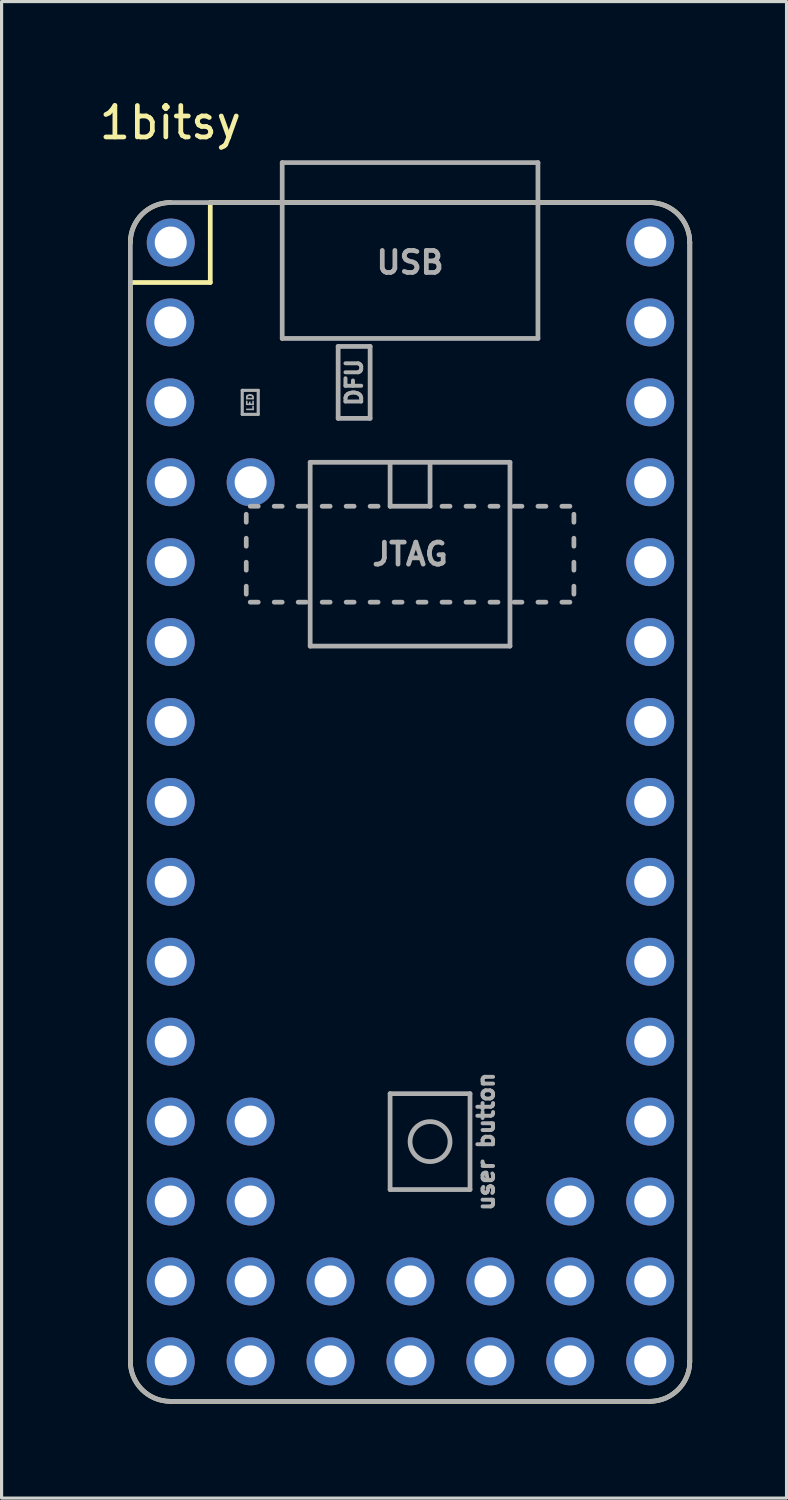
<source format=kicad_pcb>
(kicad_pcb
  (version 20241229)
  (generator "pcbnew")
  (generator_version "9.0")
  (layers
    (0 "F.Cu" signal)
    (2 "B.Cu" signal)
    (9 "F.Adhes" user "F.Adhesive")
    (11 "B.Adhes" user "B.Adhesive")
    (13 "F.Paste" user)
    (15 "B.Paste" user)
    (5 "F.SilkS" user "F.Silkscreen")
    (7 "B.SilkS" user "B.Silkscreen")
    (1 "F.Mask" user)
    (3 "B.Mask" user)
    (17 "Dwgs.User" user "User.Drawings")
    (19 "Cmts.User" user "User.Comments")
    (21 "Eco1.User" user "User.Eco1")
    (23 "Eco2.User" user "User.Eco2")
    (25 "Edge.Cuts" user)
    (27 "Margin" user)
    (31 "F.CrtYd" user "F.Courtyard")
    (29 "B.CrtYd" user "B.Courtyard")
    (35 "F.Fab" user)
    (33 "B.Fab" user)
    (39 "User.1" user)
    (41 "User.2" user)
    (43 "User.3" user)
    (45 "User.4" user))
  (footprint "1bitsy"
    (layer "F.Cu")
    (at 2.363 4.658)
    (property "Reference" "1bitsy" (at 0 -3.81 0) (layer "F.SilkS") (effects (font (size 1 1) (thickness 0.15))))
    (attr through_hole)
    (fp_line (start -1.27 1.27) (end -1.27 35.56) (stroke (width 0.15) (type solid)) (layer "F.SilkS"))
    (fp_line (start 0 36.83) (end 15.24 36.83) (stroke (width 0.15) (type solid)) (layer "F.SilkS"))
    (fp_line (start 1.27 -1.27) (end 1.27 1.27) (stroke (width 0.15) (type solid)) (layer "F.SilkS"))
    (fp_line (start 1.27 -1.27) (end 15.24 -1.27) (stroke (width 0.15) (type solid)) (layer "F.SilkS"))
    (fp_line (start 1.27 1.27) (end -1.27 1.27) (stroke (width 0.15) (type solid)) (layer "F.SilkS"))
    (fp_line (start 16.51 35.56) (end 16.51 0) (stroke (width 0.15) (type solid)) (layer "F.SilkS"))
    (fp_arc (start -1.27 0) (mid -0.898026 -0.898026) (end 0 -1.27) (stroke (width 0.15) (type solid)) (layer "F.SilkS"))
    (fp_arc (start 0 36.83) (mid -0.898026 36.458026) (end -1.27 35.56) (stroke (width 0.15) (type solid)) (layer "F.SilkS"))
    (fp_arc (start 15.24 -1.27) (mid 16.138026 -0.898026) (end 16.51 0) (stroke (width 0.15) (type solid)) (layer "F.SilkS"))
    (fp_arc (start 16.51 35.56) (mid 16.138026 36.458026) (end 15.24 36.83) (stroke (width 0.15) (type solid)) (layer "F.SilkS"))
    (fp_line (start -1.27 35.56) (end -1.27 0) (stroke (width 0.15) (type solid)) (layer "F.Fab"))
    (fp_line (start 0 -1.27) (end 15.24 -1.27) (stroke (width 0.15) (type solid)) (layer "F.Fab"))
    (fp_line (start 2.286 4.699) (end 2.794 4.699) (stroke (width 0.1) (type solid)) (layer "F.Fab"))
    (fp_line (start 2.286 5.461) (end 2.286 4.699) (stroke (width 0.1) (type solid)) (layer "F.Fab"))
    (fp_line (start 2.413 8.89) (end 2.413 8.636) (stroke (width 0.15) (type solid)) (layer "F.Fab"))
    (fp_line (start 2.413 9.652) (end 2.413 9.398) (stroke (width 0.15) (type solid)) (layer "F.Fab"))
    (fp_line (start 2.413 10.414) (end 2.413 10.16) (stroke (width 0.15) (type solid)) (layer "F.Fab"))
    (fp_line (start 2.413 11.176) (end 2.413 10.922) (stroke (width 0.15) (type solid)) (layer "F.Fab"))
    (fp_line (start 2.794 4.699) (end 2.794 5.461) (stroke (width 0.1) (type solid)) (layer "F.Fab"))
    (fp_line (start 2.794 5.461) (end 2.286 5.461) (stroke (width 0.1) (type solid)) (layer "F.Fab"))
    (fp_line (start 2.794 8.382) (end 2.54 8.382) (stroke (width 0.15) (type solid)) (layer "F.Fab"))
    (fp_line (start 2.794 11.43) (end 2.54 11.43) (stroke (width 0.15) (type solid)) (layer "F.Fab"))
    (fp_line (start 3.556 -2.54) (end 11.684 -2.54) (stroke (width 0.15) (type solid)) (layer "F.Fab"))
    (fp_line (start 3.556 -1.27) (end 3.556 -2.54) (stroke (width 0.15) (type solid)) (layer "F.Fab"))
    (fp_line (start 3.556 -1.27) (end 3.556 3.048) (stroke (width 0.15) (type solid)) (layer "F.Fab"))
    (fp_line (start 3.556 3.048) (end 11.684 3.048) (stroke (width 0.15) (type solid)) (layer "F.Fab"))
    (fp_line (start 3.556 8.382) (end 3.302 8.382) (stroke (width 0.15) (type solid)) (layer "F.Fab"))
    (fp_line (start 3.556 11.43) (end 3.302 11.43) (stroke (width 0.15) (type solid)) (layer "F.Fab"))
    (fp_line (start 4.064 8.382) (end 4.318 8.382) (stroke (width 0.15) (type solid)) (layer "F.Fab"))
    (fp_line (start 4.318 11.43) (end 4.064 11.43) (stroke (width 0.15) (type solid)) (layer "F.Fab"))
    (fp_line (start 4.445 6.985) (end 10.795 6.985) (stroke (width 0.15) (type solid)) (layer "F.Fab"))
    (fp_line (start 4.445 12.827) (end 4.445 6.985) (stroke (width 0.15) (type solid)) (layer "F.Fab"))
    (fp_line (start 4.826 8.382) (end 5.08 8.382) (stroke (width 0.15) (type solid)) (layer "F.Fab"))
    (fp_line (start 4.826 11.43) (end 5.08 11.43) (stroke (width 0.15) (type solid)) (layer "F.Fab"))
    (fp_line (start 5.334 3.302) (end 6.35 3.302) (stroke (width 0.15) (type solid)) (layer "F.Fab"))
    (fp_line (start 5.334 5.588) (end 5.334 3.302) (stroke (width 0.15) (type solid)) (layer "F.Fab"))
    (fp_line (start 5.588 8.382) (end 5.842 8.382) (stroke (width 0.15) (type solid)) (layer "F.Fab"))
    (fp_line (start 5.588 11.43) (end 5.842 11.43) (stroke (width 0.15) (type solid)) (layer "F.Fab"))
    (fp_line (start 6.35 3.302) (end 6.35 5.588) (stroke (width 0.15) (type solid)) (layer "F.Fab"))
    (fp_line (start 6.35 5.588) (end 5.334 5.588) (stroke (width 0.15) (type solid)) (layer "F.Fab"))
    (fp_line (start 6.35 8.382) (end 6.604 8.382) (stroke (width 0.15) (type solid)) (layer "F.Fab"))
    (fp_line (start 6.35 11.43) (end 6.604 11.43) (stroke (width 0.15) (type solid)) (layer "F.Fab"))
    (fp_line (start 6.985 6.985) (end 6.985 8.382) (stroke (width 0.15) (type solid)) (layer "F.Fab"))
    (fp_line (start 6.985 8.382) (end 8.255 8.382) (stroke (width 0.15) (type solid)) (layer "F.Fab"))
    (fp_line (start 6.985 27.051) (end 9.525 27.051) (stroke (width 0.15) (type solid)) (layer "F.Fab"))
    (fp_line (start 6.985 30.099) (end 6.985 27.051) (stroke (width 0.15) (type solid)) (layer "F.Fab"))
    (fp_line (start 7.112 11.43) (end 7.366 11.43) (stroke (width 0.15) (type solid)) (layer "F.Fab"))
    (fp_line (start 7.874 11.43) (end 8.128 11.43) (stroke (width 0.15) (type solid)) (layer "F.Fab"))
    (fp_line (start 8.255 8.382) (end 8.255 6.985) (stroke (width 0.15) (type solid)) (layer "F.Fab"))
    (fp_line (start 8.636 8.382) (end 8.89 8.382) (stroke (width 0.15) (type solid)) (layer "F.Fab"))
    (fp_line (start 8.636 11.43) (end 8.89 11.43) (stroke (width 0.15) (type solid)) (layer "F.Fab"))
    (fp_line (start 9.398 8.382) (end 9.652 8.382) (stroke (width 0.15) (type solid)) (layer "F.Fab"))
    (fp_line (start 9.398 11.43) (end 9.652 11.43) (stroke (width 0.15) (type solid)) (layer "F.Fab"))
    (fp_line (start 9.525 27.051) (end 9.525 30.099) (stroke (width 0.15) (type solid)) (layer "F.Fab"))
    (fp_line (start 9.525 30.099) (end 6.985 30.099) (stroke (width 0.15) (type solid)) (layer "F.Fab"))
    (fp_line (start 10.16 8.382) (end 10.414 8.382) (stroke (width 0.15) (type solid)) (layer "F.Fab"))
    (fp_line (start 10.16 11.43) (end 10.414 11.43) (stroke (width 0.15) (type solid)) (layer "F.Fab"))
    (fp_line (start 10.795 6.985) (end 10.795 12.827) (stroke (width 0.15) (type solid)) (layer "F.Fab"))
    (fp_line (start 10.795 12.827) (end 4.445 12.827) (stroke (width 0.15) (type solid)) (layer "F.Fab"))
    (fp_line (start 10.922 11.43) (end 11.176 11.43) (stroke (width 0.15) (type solid)) (layer "F.Fab"))
    (fp_line (start 11.176 8.382) (end 10.922 8.382) (stroke (width 0.15) (type solid)) (layer "F.Fab"))
    (fp_line (start 11.684 -2.54) (end 11.684 -1.27) (stroke (width 0.15) (type solid)) (layer "F.Fab"))
    (fp_line (start 11.684 3.048) (end 11.684 -1.27) (stroke (width 0.15) (type solid)) (layer "F.Fab"))
    (fp_line (start 11.684 8.382) (end 11.938 8.382) (stroke (width 0.15) (type solid)) (layer "F.Fab"))
    (fp_line (start 11.684 11.43) (end 11.938 11.43) (stroke (width 0.15) (type solid)) (layer "F.Fab"))
    (fp_line (start 12.446 8.382) (end 12.7 8.382) (stroke (width 0.15) (type solid)) (layer "F.Fab"))
    (fp_line (start 12.446 11.43) (end 12.7 11.43) (stroke (width 0.15) (type solid)) (layer "F.Fab"))
    (fp_line (start 12.827 8.89) (end 12.827 8.636) (stroke (width 0.15) (type solid)) (layer "F.Fab"))
    (fp_line (start 12.827 9.652) (end 12.827 9.398) (stroke (width 0.15) (type solid)) (layer "F.Fab"))
    (fp_line (start 12.827 10.414) (end 12.827 10.16) (stroke (width 0.15) (type solid)) (layer "F.Fab"))
    (fp_line (start 12.827 11.176) (end 12.827 10.922) (stroke (width 0.15) (type solid)) (layer "F.Fab"))
    (fp_line (start 15.24 36.83) (end 0 36.83) (stroke (width 0.15) (type solid)) (layer "F.Fab"))
    (fp_line (start 16.51 0) (end 16.51 35.56) (stroke (width 0.15) (type solid)) (layer "F.Fab"))
    (fp_arc (start -1.27 0) (mid -0.898026 -0.898026) (end 0 -1.27) (stroke (width 0.15) (type solid)) (layer "F.Fab"))
    (fp_arc (start 0 36.83) (mid -0.898026 36.458026) (end -1.27 35.56) (stroke (width 0.15) (type solid)) (layer "F.Fab"))
    (fp_arc (start 15.24 -1.27) (mid 16.138026 -0.898026) (end 16.51 0) (stroke (width 0.15) (type solid)) (layer "F.Fab"))
    (fp_arc (start 16.51 35.56) (mid 16.138026 36.458026) (end 15.24 36.83) (stroke (width 0.15) (type solid)) (layer "F.Fab"))
    (fp_circle (center 8.255 28.575) (end 8.89 28.575) (stroke (width 0.15) (type solid)) (fill no) (layer "F.Fab"))
    (fp_text user "DFU" (at 5.842 4.445 90) (layer "F.Fab") (effects (font (size 0.5 0.5) (thickness 0.125))))
    (fp_text user "user button" (at 10.033 28.575 90) (layer "F.Fab") (effects (font (size 0.5 0.5) (thickness 0.125))))
    (fp_text user "USB" (at 7.62 0.635 0) (layer "F.Fab") (effects (font (size 0.7 0.7) (thickness 0.15))))
    (fp_text user "JTAG" (at 7.62 9.906 0) (layer "F.Fab") (effects (font (size 0.7 0.7) (thickness 0.15))))
    (fp_text user "LED" (at 2.54 5.08 90) (layer "F.Fab") (effects (font (size 0.2 0.2) (thickness 0.05))))
    (pad "1" thru_hole circle (at 0.013 0 270) (size 1.524 1.524) (drill 1.016) (layers "*.Cu" "*.Mask"))
    (pad "2" thru_hole circle (at 0 2.54 270) (size 1.524 1.524) (drill 1.016) (layers "*.Cu" "*.Mask"))
    (pad "3" thru_hole circle (at 0 5.08 270) (size 1.524 1.524) (drill 1.016) (layers "*.Cu" "*.Mask"))
    (pad "4" thru_hole circle (at 0.013 7.619 270) (size 1.524 1.524) (drill 1.016) (layers "*.Cu" "*.Mask"))
    (pad "5" thru_hole circle (at 0.013 10.159 270) (size 1.524 1.524) (drill 1.016) (layers "*.Cu" "*.Mask"))
    (pad "6" thru_hole circle (at 0.013 12.699 270) (size 1.524 1.524) (drill 1.016) (layers "*.Cu" "*.Mask"))
    (pad "7" thru_hole circle (at 0.013 15.239 270) (size 1.524 1.524) (drill 1.016) (layers "*.Cu" "*.Mask"))
    (pad "8" thru_hole circle (at 0.013 17.779 270) (size 1.524 1.524) (drill 1.016) (layers "*.Cu" "*.Mask"))
    (pad "9" thru_hole circle (at 0.013 20.319 270) (size 1.524 1.524) (drill 1.016) (layers "*.Cu" "*.Mask"))
    (pad "10" thru_hole circle (at 0.013 22.859 270) (size 1.524 1.524) (drill 1.016) (layers "*.Cu" "*.Mask"))
    (pad "11" thru_hole circle (at 0.013 25.399 270) (size 1.524 1.524) (drill 1.016) (layers "*.Cu" "*.Mask"))
    (pad "12" thru_hole circle (at 0.013 27.939 270) (size 1.524 1.524) (drill 1.016) (layers "*.Cu" "*.Mask"))
    (pad "13" thru_hole circle (at 0.013 30.479 270) (size 1.524 1.524) (drill 1.016) (layers "*.Cu" "*.Mask"))
    (pad "14" thru_hole circle (at 0.013 33.019 270) (size 1.524 1.524) (drill 1.016) (layers "*.Cu" "*.Mask"))
    (pad "15" thru_hole circle (at 0.013 35.559 270) (size 1.524 1.524) (drill 1.016) (layers "*.Cu" "*.Mask"))
    (pad "16" thru_hole circle (at 15.253 35.559 270) (size 1.524 1.524) (drill 1.016) (layers "*.Cu" "*.Mask"))
    (pad "17" thru_hole circle (at 15.253 33.019 270) (size 1.524 1.524) (drill 1.016) (layers "*.Cu" "*.Mask"))
    (pad "18" thru_hole circle (at 15.253 30.479 270) (size 1.524 1.524) (drill 1.016) (layers "*.Cu" "*.Mask"))
    (pad "19" thru_hole circle (at 15.253 27.939 270) (size 1.524 1.524) (drill 1.016) (layers "*.Cu" "*.Mask"))
    (pad "20" thru_hole circle (at 15.253 25.399 270) (size 1.524 1.524) (drill 1.016) (layers "*.Cu" "*.Mask"))
    (pad "21" thru_hole circle (at 15.253 22.859 270) (size 1.524 1.524) (drill 1.016) (layers "*.Cu" "*.Mask"))
    (pad "22" thru_hole circle (at 15.253 20.319 270) (size 1.524 1.524) (drill 1.016) (layers "*.Cu" "*.Mask"))
    (pad "23" thru_hole circle (at 15.253 17.779 270) (size 1.524 1.524) (drill 1.016) (layers "*.Cu" "*.Mask"))
    (pad "24" thru_hole circle (at 15.253 15.239 270) (size 1.524 1.524) (drill 1.016) (layers "*.Cu" "*.Mask"))
    (pad "25" thru_hole circle (at 15.253 12.699 270) (size 1.524 1.524) (drill 1.016) (layers "*.Cu" "*.Mask"))
    (pad "26" thru_hole circle (at 15.253 10.159 270) (size 1.524 1.524) (drill 1.016) (layers "*.Cu" "*.Mask"))
    (pad "27" thru_hole circle (at 15.253 7.619 270) (size 1.524 1.524) (drill 1.016) (layers "*.Cu" "*.Mask"))
    (pad "28" thru_hole circle (at 15.253 5.079 270) (size 1.524 1.524) (drill 1.016) (layers "*.Cu" "*.Mask"))
    (pad "29" thru_hole circle (at 15.253 2.539 270) (size 1.524 1.524) (drill 1.016) (layers "*.Cu" "*.Mask"))
    (pad "30" thru_hole circle (at 15.253 -0.001 270) (size 1.524 1.524) (drill 1.016) (layers "*.Cu" "*.Mask"))
    (pad "31" thru_hole circle (at 2.553 33.019 270) (size 1.524 1.524) (drill 1.016) (layers "*.Cu" "*.Mask"))
    (pad "32" thru_hole circle (at 2.553 35.559 270) (size 1.524 1.524) (drill 1.016) (layers "*.Cu" "*.Mask"))
    (pad "33" thru_hole circle (at 5.093 33.019 270) (size 1.524 1.524) (drill 1.016) (layers "*.Cu" "*.Mask"))
    (pad "34" thru_hole circle (at 5.093 35.559 270) (size 1.524 1.524) (drill 1.016) (layers "*.Cu" "*.Mask"))
    (pad "35" thru_hole circle (at 7.633 33.019 270) (size 1.524 1.524) (drill 1.016) (layers "*.Cu" "*.Mask"))
    (pad "36" thru_hole circle (at 7.633 35.559 270) (size 1.524 1.524) (drill 1.016) (layers "*.Cu" "*.Mask"))
    (pad "37" thru_hole circle (at 10.173 33.019 270) (size 1.524 1.524) (drill 1.016) (layers "*.Cu" "*.Mask"))
    (pad "38" thru_hole circle (at 10.173 35.559 270) (size 1.524 1.524) (drill 1.016) (layers "*.Cu" "*.Mask"))
    (pad "39" thru_hole circle (at 12.713 33.019 270) (size 1.524 1.524) (drill 1.016) (layers "*.Cu" "*.Mask"))
    (pad "40" thru_hole circle (at 12.713 35.559 270) (size 1.524 1.524) (drill 1.016) (layers "*.Cu" "*.Mask"))
    (pad "41" thru_hole circle (at 2.553 7.619 270) (size 1.524 1.524) (drill 1.016) (layers "*.Cu" "*.Mask"))
    (pad "42" thru_hole circle (at 2.553 27.939 270) (size 1.524 1.524) (drill 1.016) (layers "*.Cu" "*.Mask"))
    (pad "43" thru_hole circle (at 2.553 30.479 270) (size 1.524 1.524) (drill 1.016) (layers "*.Cu" "*.Mask"))
    (pad "44" thru_hole circle (at 12.713 30.479 270) (size 1.524 1.524) (drill 1.016) (layers "*.Cu" "*.Mask")))
  (gr_rect
    (start -3 -3)
    (end 21.948 44.563)
    (stroke (width 0.1) (type default))
    (fill no)
    (layer "Edge.Cuts")))
</source>
